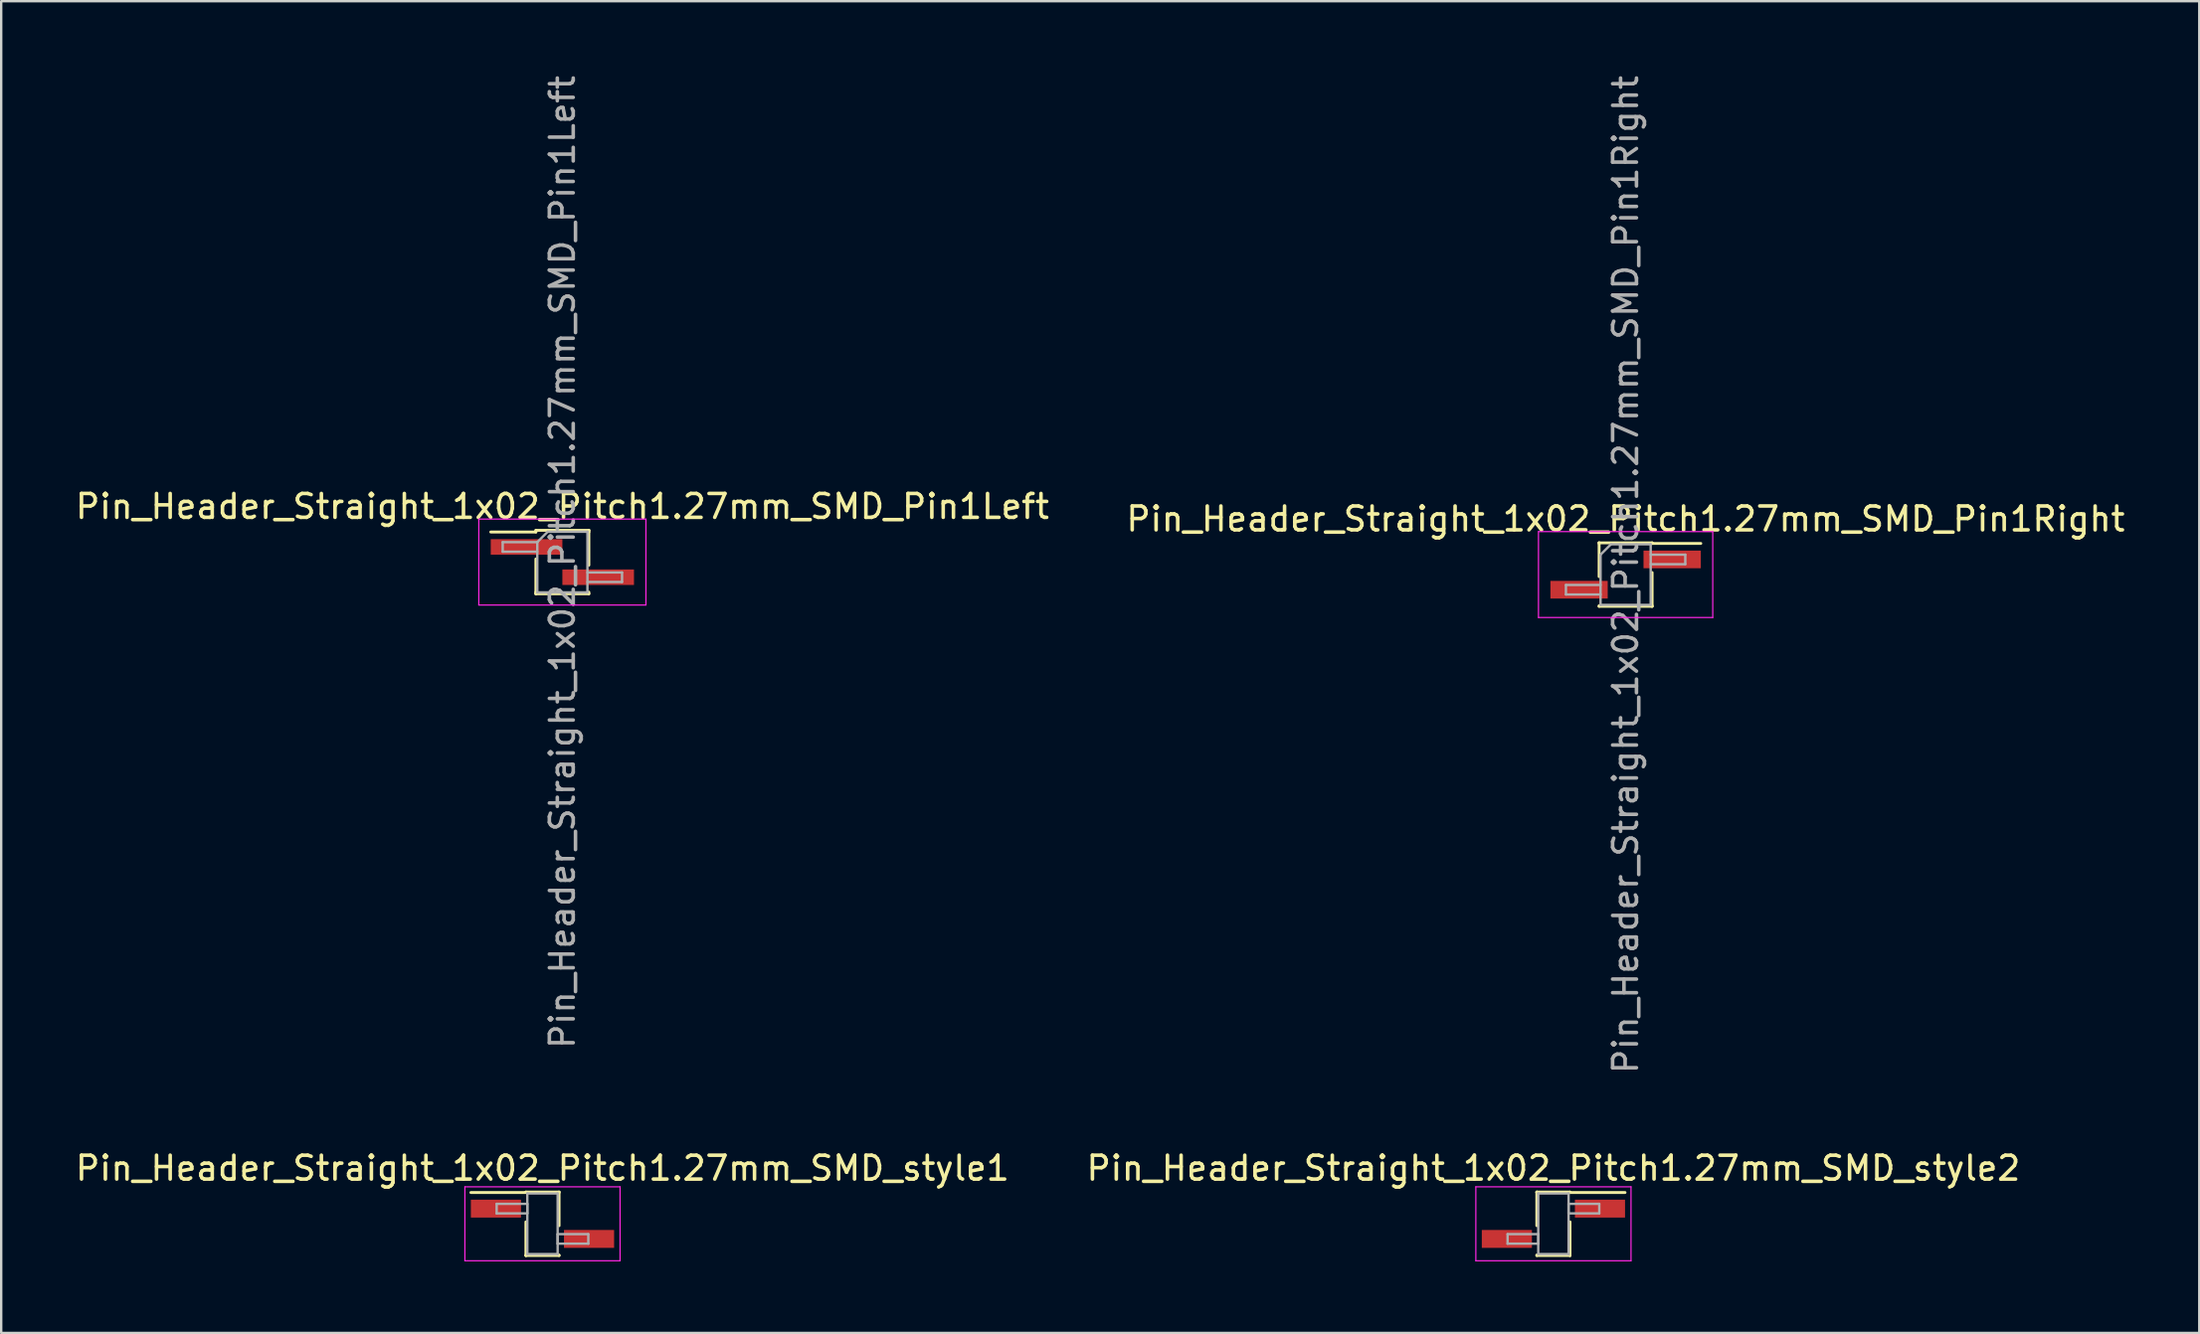
<source format=kicad_pcb>
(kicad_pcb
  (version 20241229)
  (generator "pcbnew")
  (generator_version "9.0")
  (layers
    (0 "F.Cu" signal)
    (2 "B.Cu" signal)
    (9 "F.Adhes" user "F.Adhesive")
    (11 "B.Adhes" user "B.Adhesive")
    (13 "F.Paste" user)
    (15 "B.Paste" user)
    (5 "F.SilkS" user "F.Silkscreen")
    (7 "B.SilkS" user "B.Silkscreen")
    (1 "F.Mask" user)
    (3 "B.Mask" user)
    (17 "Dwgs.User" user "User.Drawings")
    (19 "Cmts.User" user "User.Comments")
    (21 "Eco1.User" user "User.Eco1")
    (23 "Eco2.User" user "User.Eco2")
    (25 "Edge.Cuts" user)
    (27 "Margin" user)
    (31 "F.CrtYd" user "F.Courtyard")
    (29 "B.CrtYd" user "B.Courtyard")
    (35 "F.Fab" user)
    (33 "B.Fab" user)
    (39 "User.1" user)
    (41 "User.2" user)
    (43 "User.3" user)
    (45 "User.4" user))
  (footprint "Pin_Header_Straight_1x02_Pitch1.27mm_SMD_Pin1Right"
    (layer "F.Cu")
    (at 65.042 21.03)
    (property "Reference" "Pin_Header_Straight_1x02_Pitch1.27mm_SMD_Pin1Right" (at 0 -2.33 0) (layer "F.SilkS") (effects (font (size 1 1) (thickness 0.15))))
    (attr smd)
    (fp_line (start -1.11 -1.33) (end -1.11 0.085) (stroke (width 0.12) (type solid)) (layer "F.SilkS"))
    (fp_line (start -1.11 -1.33) (end 1.11 -1.33) (stroke (width 0.12) (type solid)) (layer "F.SilkS"))
    (fp_line (start -1.11 -1.305) (end -1.11 -1.33) (stroke (width 0.12) (type solid)) (layer "F.SilkS"))
    (fp_line (start -1.11 1.305) (end -1.11 1.33) (stroke (width 0.12) (type solid)) (layer "F.SilkS"))
    (fp_line (start -1.11 1.33) (end 1.11 1.33) (stroke (width 0.12) (type solid)) (layer "F.SilkS"))
    (fp_line (start 1.11 -1.33) (end 1.11 -1.305) (stroke (width 0.12) (type solid)) (layer "F.SilkS"))
    (fp_line (start 1.11 -1.305) (end 3.15 -1.305) (stroke (width 0.12) (type solid)) (layer "F.SilkS"))
    (fp_line (start 1.11 -0.085) (end 1.11 1.33) (stroke (width 0.12) (type solid)) (layer "F.SilkS"))
    (fp_line (start 1.11 1.33) (end 1.11 1.305) (stroke (width 0.12) (type solid)) (layer "F.SilkS"))
    (fp_line (start -3.65 -1.8) (end -3.65 1.8) (stroke (width 0.05) (type solid)) (layer "F.CrtYd"))
    (fp_line (start -3.65 1.8) (end 3.65 1.8) (stroke (width 0.05) (type solid)) (layer "F.CrtYd"))
    (fp_line (start 3.65 -1.8) (end -3.65 -1.8) (stroke (width 0.05) (type solid)) (layer "F.CrtYd"))
    (fp_line (start 3.65 1.8) (end 3.65 -1.8) (stroke (width 0.05) (type solid)) (layer "F.CrtYd"))
    (fp_line (start -2.5 0.435) (end -2.5 0.835) (stroke (width 0.1) (type solid)) (layer "F.Fab"))
    (fp_line (start -2.5 0.835) (end -1.05 0.835) (stroke (width 0.1) (type solid)) (layer "F.Fab"))
    (fp_line (start -1.05 -0.835) (end -0.615 -1.27) (stroke (width 0.1) (type solid)) (layer "F.Fab"))
    (fp_line (start -1.05 0.435) (end -2.5 0.435) (stroke (width 0.1) (type solid)) (layer "F.Fab"))
    (fp_line (start -1.05 1.27) (end -1.05 -0.835) (stroke (width 0.1) (type solid)) (layer "F.Fab"))
    (fp_line (start -0.615 -1.27) (end 1.05 -1.27) (stroke (width 0.1) (type solid)) (layer "F.Fab"))
    (fp_line (start 1.05 -1.27) (end 1.05 1.27) (stroke (width 0.1) (type solid)) (layer "F.Fab"))
    (fp_line (start 1.05 -0.835) (end 2.5 -0.835) (stroke (width 0.1) (type solid)) (layer "F.Fab"))
    (fp_line (start 1.05 1.27) (end -1.05 1.27) (stroke (width 0.1) (type solid)) (layer "F.Fab"))
    (fp_line (start 2.5 -0.835) (end 2.5 -0.435) (stroke (width 0.1) (type solid)) (layer "F.Fab"))
    (fp_line (start 2.5 -0.435) (end 1.05 -0.435) (stroke (width 0.1) (type solid)) (layer "F.Fab"))
    (fp_text user "${REFERENCE}" (at 0 0 90) (layer "F.Fab") (effects (font (size 1 1) (thickness 0.15))))
    (pad "1" smd rect (at 1.95 -0.635) (size 2.4 0.74) (layers "F.Cu" "F.Mask" "F.Paste"))
    (pad "2" smd rect (at -1.95 0.635) (size 2.4 0.74) (layers "F.Cu" "F.Mask" "F.Paste")))
  (footprint "Pin_Header_Straight_1x02_Pitch1.27mm_SMD_Pin1Left"
    (layer "F.Cu")
    (at 20.506 20.506)
    (property "Reference" "Pin_Header_Straight_1x02_Pitch1.27mm_SMD_Pin1Left" (at 0 -2.33 0) (layer "F.SilkS") (effects (font (size 1 1) (thickness 0.15))))
    (attr smd)
    (fp_line (start -1.11 -1.33) (end 1.11 -1.33) (stroke (width 0.12) (type solid)) (layer "F.SilkS"))
    (fp_line (start -1.11 -1.26) (end -3 -1.26) (stroke (width 0.12) (type solid)) (layer "F.SilkS"))
    (fp_line (start -1.11 -1.26) (end -1.11 -1.33) (stroke (width 0.12) (type solid)) (layer "F.SilkS"))
    (fp_line (start -1.11 -0.13) (end -1.11 1.33) (stroke (width 0.12) (type solid)) (layer "F.SilkS"))
    (fp_line (start -1.11 1.26) (end -1.11 1.33) (stroke (width 0.12) (type solid)) (layer "F.SilkS"))
    (fp_line (start -1.11 1.33) (end 1.11 1.33) (stroke (width 0.12) (type solid)) (layer "F.SilkS"))
    (fp_line (start 1.11 -1.33) (end 1.11 -1.26) (stroke (width 0.12) (type solid)) (layer "F.SilkS"))
    (fp_line (start 1.11 -1.33) (end 1.11 0.13) (stroke (width 0.12) (type solid)) (layer "F.SilkS"))
    (fp_line (start 1.11 1.33) (end 1.11 1.26) (stroke (width 0.12) (type solid)) (layer "F.SilkS"))
    (fp_line (start -3.5 -1.8) (end -3.5 1.8) (stroke (width 0.05) (type solid)) (layer "F.CrtYd"))
    (fp_line (start -3.5 1.8) (end 3.5 1.8) (stroke (width 0.05) (type solid)) (layer "F.CrtYd"))
    (fp_line (start 3.5 -1.8) (end -3.5 -1.8) (stroke (width 0.05) (type solid)) (layer "F.CrtYd"))
    (fp_line (start 3.5 1.8) (end 3.5 -1.8) (stroke (width 0.05) (type solid)) (layer "F.CrtYd"))
    (fp_line (start -2.5 -0.835) (end -2.5 -0.435) (stroke (width 0.1) (type solid)) (layer "F.Fab"))
    (fp_line (start -2.5 -0.435) (end -1.05 -0.435) (stroke (width 0.1) (type solid)) (layer "F.Fab"))
    (fp_line (start -1.05 -0.835) (end -2.5 -0.835) (stroke (width 0.1) (type solid)) (layer "F.Fab"))
    (fp_line (start -1.05 -0.835) (end -0.615 -1.27) (stroke (width 0.1) (type solid)) (layer "F.Fab"))
    (fp_line (start -1.05 1.27) (end -1.05 -0.835) (stroke (width 0.1) (type solid)) (layer "F.Fab"))
    (fp_line (start -0.615 -1.27) (end 1.05 -1.27) (stroke (width 0.1) (type solid)) (layer "F.Fab"))
    (fp_line (start 1.05 -1.27) (end 1.05 1.27) (stroke (width 0.1) (type solid)) (layer "F.Fab"))
    (fp_line (start 1.05 0.435) (end 2.5 0.435) (stroke (width 0.1) (type solid)) (layer "F.Fab"))
    (fp_line (start 1.05 1.27) (end -1.05 1.27) (stroke (width 0.1) (type solid)) (layer "F.Fab"))
    (fp_line (start 2.5 0.435) (end 2.5 0.835) (stroke (width 0.1) (type solid)) (layer "F.Fab"))
    (fp_line (start 2.5 0.835) (end 1.05 0.835) (stroke (width 0.1) (type solid)) (layer "F.Fab"))
    (fp_text user "${REFERENCE}" (at 0 0 90) (layer "F.Fab") (effects (font (size 1 1) (thickness 0.15))))
    (pad "1" smd rect (at -1.5 -0.635) (size 3 0.65) (layers "F.Cu" "F.Mask" "F.Paste"))
    (pad "2" smd rect (at 1.5 0.635) (size 3 0.65) (layers "F.Cu" "F.Mask" "F.Paste")))
  (footprint "Pin_Header_Straight_1x02_Pitch1.27mm_SMD_style1"
    (layer "F.Cu")
    (at 19.673 48.238)
    (property "Reference" "Pin_Header_Straight_1x02_Pitch1.27mm_SMD_style1" (at 0 -2.33 0) (layer "F.SilkS") (effects (font (size 1 1) (thickness 0.15))))
    (attr smd)
    (fp_line (start -0.695 -1.33) (end 0.695 -1.33) (stroke (width 0.12) (type solid)) (layer "F.SilkS"))
    (fp_line (start -0.695 -1.31) (end -3 -1.31) (stroke (width 0.12) (type solid)) (layer "F.SilkS"))
    (fp_line (start -0.695 -1.31) (end -0.695 -1.33) (stroke (width 0.12) (type solid)) (layer "F.SilkS"))
    (fp_line (start -0.695 -0.08) (end -0.695 1.33) (stroke (width 0.12) (type solid)) (layer "F.SilkS"))
    (fp_line (start -0.695 1.31) (end -0.695 1.33) (stroke (width 0.12) (type solid)) (layer "F.SilkS"))
    (fp_line (start -0.695 1.33) (end 0.695 1.33) (stroke (width 0.12) (type solid)) (layer "F.SilkS"))
    (fp_line (start 0.695 -1.33) (end 0.695 -1.31) (stroke (width 0.12) (type solid)) (layer "F.SilkS"))
    (fp_line (start 0.695 -1.33) (end 0.695 0.08) (stroke (width 0.12) (type solid)) (layer "F.SilkS"))
    (fp_line (start 0.695 1.33) (end 0.695 1.31) (stroke (width 0.12) (type solid)) (layer "F.SilkS"))
    (fp_line (start -3.25 -1.55) (end -3.25 1.55) (stroke (width 0.05) (type solid)) (layer "F.CrtYd"))
    (fp_line (start -3.25 1.55) (end 3.25 1.55) (stroke (width 0.05) (type solid)) (layer "F.CrtYd"))
    (fp_line (start 3.25 -1.55) (end -3.25 -1.55) (stroke (width 0.05) (type solid)) (layer "F.CrtYd"))
    (fp_line (start 3.25 1.55) (end 3.25 -1.55) (stroke (width 0.05) (type solid)) (layer "F.CrtYd"))
    (fp_line (start -1.92 -0.835) (end -0.635 -0.835) (stroke (width 0.1) (type solid)) (layer "F.Fab"))
    (fp_line (start -1.92 -0.435) (end -1.92 -0.835) (stroke (width 0.1) (type solid)) (layer "F.Fab"))
    (fp_line (start -0.635 -1.27) (end -0.635 1.27) (stroke (width 0.1) (type solid)) (layer "F.Fab"))
    (fp_line (start -0.635 -0.835) (end -0.635 -0.435) (stroke (width 0.1) (type solid)) (layer "F.Fab"))
    (fp_line (start -0.635 -0.435) (end -1.92 -0.435) (stroke (width 0.1) (type solid)) (layer "F.Fab"))
    (fp_line (start -0.635 1.27) (end 0.635 1.27) (stroke (width 0.1) (type solid)) (layer "F.Fab"))
    (fp_line (start 0.635 -1.27) (end -0.635 -1.27) (stroke (width 0.1) (type solid)) (layer "F.Fab"))
    (fp_line (start 0.635 0.435) (end 0.635 0.835) (stroke (width 0.1) (type solid)) (layer "F.Fab"))
    (fp_line (start 0.635 0.835) (end 1.92 0.835) (stroke (width 0.1) (type solid)) (layer "F.Fab"))
    (fp_line (start 0.635 1.27) (end 0.635 -1.27) (stroke (width 0.1) (type solid)) (layer "F.Fab"))
    (fp_line (start 1.92 0.435) (end 0.635 0.435) (stroke (width 0.1) (type solid)) (layer "F.Fab"))
    (fp_line (start 1.92 0.835) (end 1.92 0.435) (stroke (width 0.1) (type solid)) (layer "F.Fab"))
    (pad "1" smd rect (at -1.95 -0.635) (size 2.1 0.75) (layers "F.Cu" "F.Mask"))
    (pad "2" smd rect (at 1.95 0.635) (size 2.1 0.75) (layers "F.Cu" "F.Mask")))
  (footprint "Pin_Header_Straight_1x02_Pitch1.27mm_SMD_style2"
    (layer "F.Cu")
    (at 62.018 48.238)
    (property "Reference" "Pin_Header_Straight_1x02_Pitch1.27mm_SMD_style2" (at 0 -2.33 0) (layer "F.SilkS") (effects (font (size 1 1) (thickness 0.15))))
    (attr smd)
    (fp_line (start -0.695 -1.33) (end -0.695 0.08) (stroke (width 0.12) (type solid)) (layer "F.SilkS"))
    (fp_line (start -0.695 -1.33) (end 0.695 -1.33) (stroke (width 0.12) (type solid)) (layer "F.SilkS"))
    (fp_line (start -0.695 -1.31) (end -0.695 -1.33) (stroke (width 0.12) (type solid)) (layer "F.SilkS"))
    (fp_line (start -0.695 1.31) (end -0.695 1.33) (stroke (width 0.12) (type solid)) (layer "F.SilkS"))
    (fp_line (start -0.695 1.33) (end 0.695 1.33) (stroke (width 0.12) (type solid)) (layer "F.SilkS"))
    (fp_line (start 0.695 -1.33) (end 0.695 -1.31) (stroke (width 0.12) (type solid)) (layer "F.SilkS"))
    (fp_line (start 0.695 -1.31) (end 3 -1.31) (stroke (width 0.12) (type solid)) (layer "F.SilkS"))
    (fp_line (start 0.695 -0.08) (end 0.695 1.33) (stroke (width 0.12) (type solid)) (layer "F.SilkS"))
    (fp_line (start 0.695 1.33) (end 0.695 1.31) (stroke (width 0.12) (type solid)) (layer "F.SilkS"))
    (fp_line (start -3.25 -1.55) (end -3.25 1.55) (stroke (width 0.05) (type solid)) (layer "F.CrtYd"))
    (fp_line (start -3.25 1.55) (end 3.25 1.55) (stroke (width 0.05) (type solid)) (layer "F.CrtYd"))
    (fp_line (start 3.25 -1.55) (end -3.25 -1.55) (stroke (width 0.05) (type solid)) (layer "F.CrtYd"))
    (fp_line (start 3.25 1.55) (end 3.25 -1.55) (stroke (width 0.05) (type solid)) (layer "F.CrtYd"))
    (fp_line (start -1.92 0.435) (end -0.635 0.435) (stroke (width 0.1) (type solid)) (layer "F.Fab"))
    (fp_line (start -1.92 0.835) (end -1.92 0.435) (stroke (width 0.1) (type solid)) (layer "F.Fab"))
    (fp_line (start -0.635 -1.27) (end -0.635 1.27) (stroke (width 0.1) (type solid)) (layer "F.Fab"))
    (fp_line (start -0.635 0.435) (end -0.635 0.835) (stroke (width 0.1) (type solid)) (layer "F.Fab"))
    (fp_line (start -0.635 0.835) (end -1.92 0.835) (stroke (width 0.1) (type solid)) (layer "F.Fab"))
    (fp_line (start -0.635 1.27) (end 0.635 1.27) (stroke (width 0.1) (type solid)) (layer "F.Fab"))
    (fp_line (start 0.635 -1.27) (end -0.635 -1.27) (stroke (width 0.1) (type solid)) (layer "F.Fab"))
    (fp_line (start 0.635 -0.835) (end 0.635 -0.435) (stroke (width 0.1) (type solid)) (layer "F.Fab"))
    (fp_line (start 0.635 -0.435) (end 1.92 -0.435) (stroke (width 0.1) (type solid)) (layer "F.Fab"))
    (fp_line (start 0.635 1.27) (end 0.635 -1.27) (stroke (width 0.1) (type solid)) (layer "F.Fab"))
    (fp_line (start 1.92 -0.835) (end 0.635 -0.835) (stroke (width 0.1) (type solid)) (layer "F.Fab"))
    (fp_line (start 1.92 -0.435) (end 1.92 -0.835) (stroke (width 0.1) (type solid)) (layer "F.Fab"))
    (pad "1" smd rect (at 1.95 -0.635) (size 2.1 0.75) (layers "F.Cu" "F.Mask"))
    (pad "2" smd rect (at -1.95 0.635) (size 2.1 0.75) (layers "F.Cu" "F.Mask")))
  (gr_rect
    (start -3 -3)
    (end 89.071 52.813)
    (stroke (width 0.1) (type default))
    (fill no)
    (layer "Edge.Cuts")))
</source>
